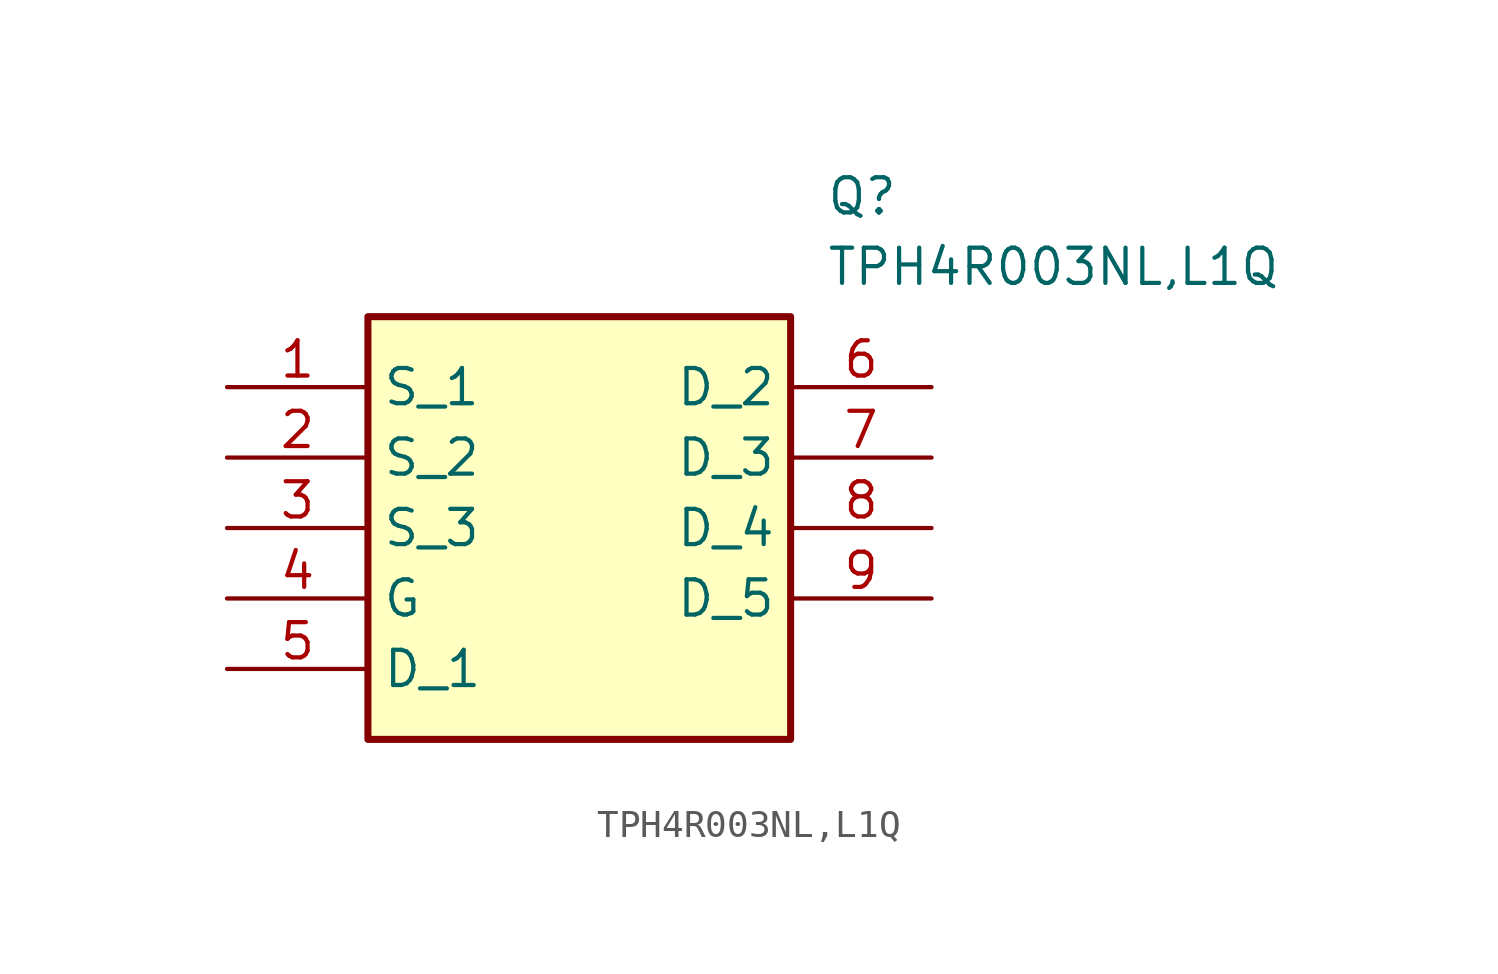
<source format=kicad_sym>
(kicad_symbol_lib
  (version 20211014)
  (generator SamacSys_ECAD_Model)
  (symbol "TPH4R003NL,L1Q"
    (property "Reference" "Q"
      (at 21.59 7.62 0)
      (effects (font (size 1.27 1.27)) (justify left top)))
    (property "Value" "TPH4R003NL,L1Q"
      (at 21.59 5.08 0)
      (effects (font (size 1.27 1.27)) (justify left top)))
    (rectangle
      (start 5.08 2.54)
      (end 20.32 -12.7)
      (stroke (width 0.254) (type default))
      (fill (type background)))
    (pin passive line
      (at 0 0 0)
      (length 5.08)
      (name "S_1" (effects (font (size 1.27 1.27))))
      (number "1" (effects (font (size 1.27 1.27)))))
    (pin passive line
      (at 0 -2.54 0)
      (length 5.08)
      (name "S_2" (effects (font (size 1.27 1.27))))
      (number "2" (effects (font (size 1.27 1.27)))))
    (pin passive line
      (at 0 -5.08 0)
      (length 5.08)
      (name "S_3" (effects (font (size 1.27 1.27))))
      (number "3" (effects (font (size 1.27 1.27)))))
    (pin passive line
      (at 0 -7.62 0)
      (length 5.08)
      (name "G" (effects (font (size 1.27 1.27))))
      (number "4" (effects (font (size 1.27 1.27)))))
    (pin passive line
      (at 0 -10.16 0)
      (length 5.08)
      (name "D_1" (effects (font (size 1.27 1.27))))
      (number "5" (effects (font (size 1.27 1.27)))))
    (pin passive line
      (at 25.4 0 180)
      (length 5.08)
      (name "D_2" (effects (font (size 1.27 1.27))))
      (number "6" (effects (font (size 1.27 1.27)))))
    (pin passive line
      (at 25.4 -2.54 180)
      (length 5.08)
      (name "D_3" (effects (font (size 1.27 1.27))))
      (number "7" (effects (font (size 1.27 1.27)))))
    (pin passive line
      (at 25.4 -5.08 180)
      (length 5.08)
      (name "D_4" (effects (font (size 1.27 1.27))))
      (number "8" (effects (font (size 1.27 1.27)))))
    (pin passive line
      (at 25.4 -7.62 180)
      (length 5.08)
      (name "D_5" (effects (font (size 1.27 1.27))))
      (number "9" (effects (font (size 1.27 1.27)))))))
</source>
